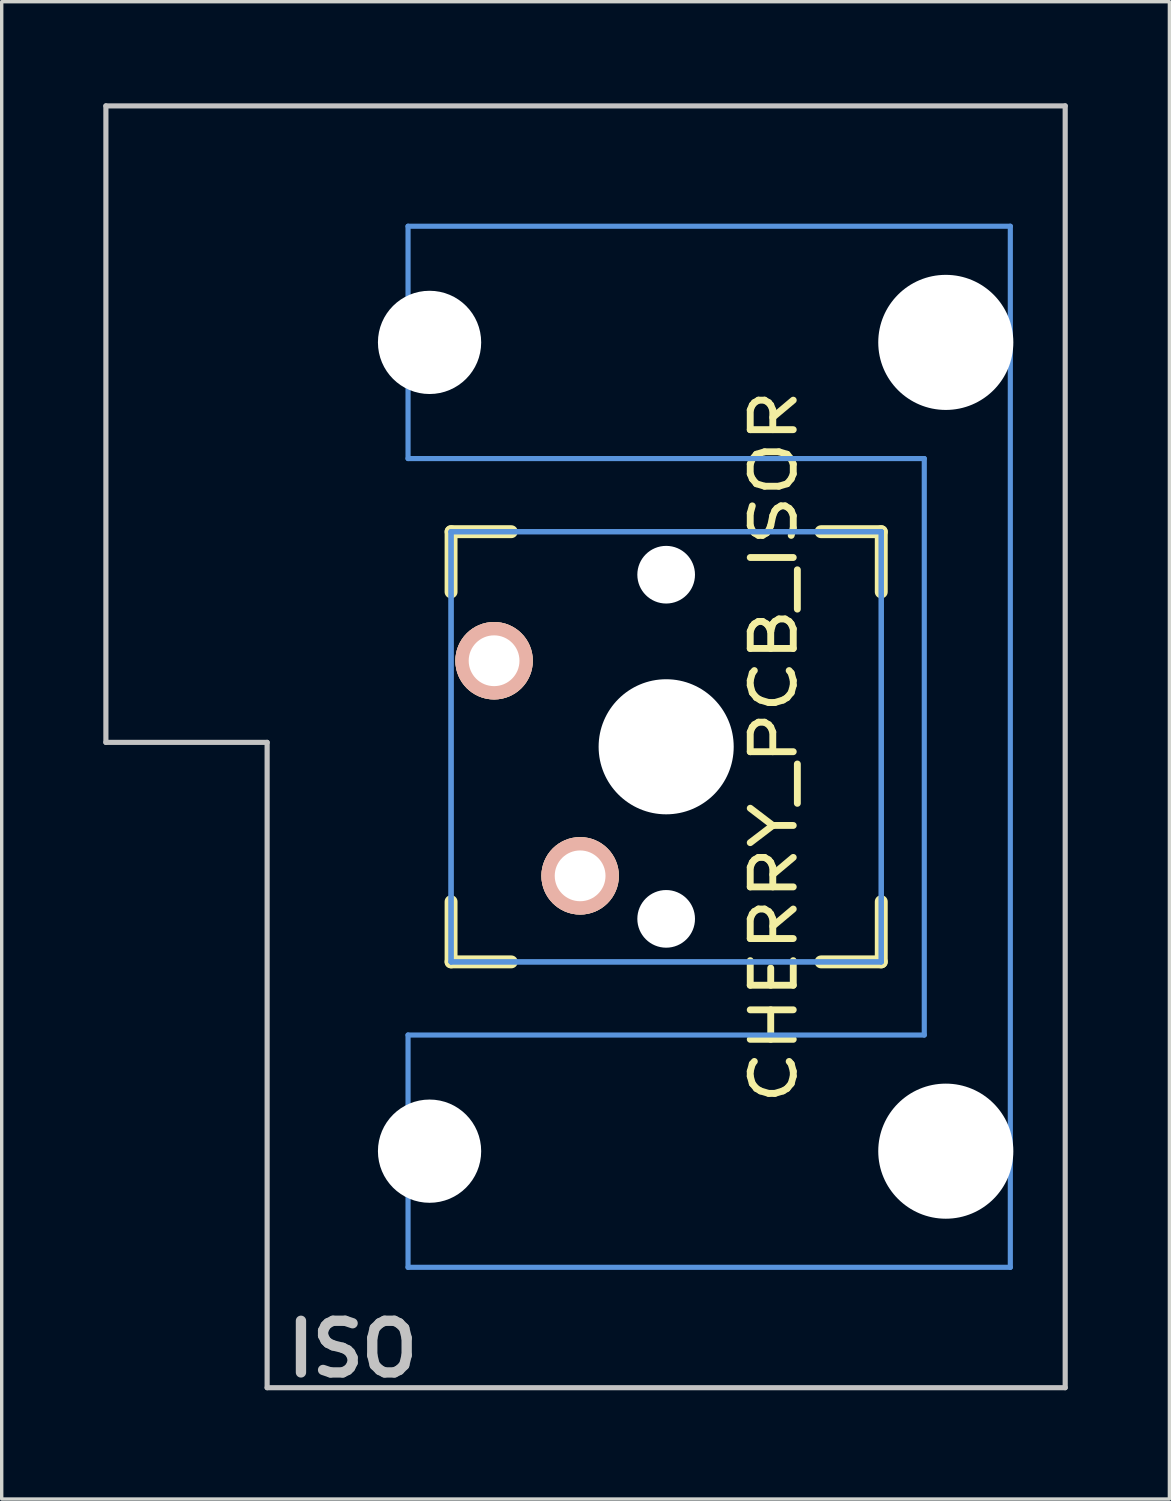
<source format=kicad_pcb>
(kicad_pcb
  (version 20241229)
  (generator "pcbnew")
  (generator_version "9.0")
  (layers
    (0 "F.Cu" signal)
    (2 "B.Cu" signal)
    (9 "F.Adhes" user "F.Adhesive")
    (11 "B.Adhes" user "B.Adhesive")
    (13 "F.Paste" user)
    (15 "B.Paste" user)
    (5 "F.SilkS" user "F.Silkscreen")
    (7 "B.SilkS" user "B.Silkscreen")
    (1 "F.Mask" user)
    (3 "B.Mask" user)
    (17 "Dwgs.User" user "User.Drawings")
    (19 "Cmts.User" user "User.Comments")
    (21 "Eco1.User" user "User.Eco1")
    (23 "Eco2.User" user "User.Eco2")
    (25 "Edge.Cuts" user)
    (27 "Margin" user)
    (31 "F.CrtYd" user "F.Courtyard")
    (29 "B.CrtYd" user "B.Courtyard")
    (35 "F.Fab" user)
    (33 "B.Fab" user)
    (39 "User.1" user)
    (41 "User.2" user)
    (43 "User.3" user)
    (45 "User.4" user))
  (footprint "CHERRY_PCB_ISOR"
    (layer "F.Cu")
    (at 16.616 18.996)
    (property "Reference" "CHERRY_PCB_ISOR" (at 3.175 0 90) (layer "F.SilkS") (effects (font (size 1.27 1.524) (thickness 0.203))))
    (attr through_hole)
    (fp_line (start -6.35 -6.35) (end -4.572 -6.35) (stroke (width 0.381) (type solid)) (layer "F.SilkS"))
    (fp_line (start -6.35 -4.572) (end -6.35 -6.35) (stroke (width 0.381) (type solid)) (layer "F.SilkS"))
    (fp_line (start -6.35 6.35) (end -6.35 4.572) (stroke (width 0.381) (type solid)) (layer "F.SilkS"))
    (fp_line (start -4.572 6.35) (end -6.35 6.35) (stroke (width 0.381) (type solid)) (layer "F.SilkS"))
    (fp_line (start 4.572 -6.35) (end 6.35 -6.35) (stroke (width 0.381) (type solid)) (layer "F.SilkS"))
    (fp_line (start 6.35 -6.35) (end 6.35 -4.572) (stroke (width 0.381) (type solid)) (layer "F.SilkS"))
    (fp_line (start 6.35 4.572) (end 6.35 6.35) (stroke (width 0.381) (type solid)) (layer "F.SilkS"))
    (fp_line (start 6.35 6.35) (end 4.572 6.35) (stroke (width 0.381) (type solid)) (layer "F.SilkS"))
    (fp_line (start -16.54 -18.92) (end 11.78 -18.92) (stroke (width 0.152) (type solid)) (layer "Dwgs.User"))
    (fp_line (start -16.54 -0.13) (end -16.54 -18.92) (stroke (width 0.152) (type solid)) (layer "Dwgs.User"))
    (fp_line (start -11.78 -0.13) (end -16.54 -0.13) (stroke (width 0.152) (type solid)) (layer "Dwgs.User"))
    (fp_line (start -11.78 18.92) (end -11.78 -0.13) (stroke (width 0.152) (type solid)) (layer "Dwgs.User"))
    (fp_line (start 11.78 -18.92) (end 11.78 18.92) (stroke (width 0.152) (type solid)) (layer "Dwgs.User"))
    (fp_line (start 11.78 18.92) (end -11.78 18.92) (stroke (width 0.152) (type solid)) (layer "Dwgs.User"))
    (fp_line (start -7.62 -15.367) (end -7.62 -8.509) (stroke (width 0.152) (type solid)) (layer "Cmts.User"))
    (fp_line (start -7.62 -8.509) (end 7.62 -8.509) (stroke (width 0.152) (type solid)) (layer "Cmts.User"))
    (fp_line (start -7.62 8.509) (end -7.62 15.367) (stroke (width 0.152) (type solid)) (layer "Cmts.User"))
    (fp_line (start -7.62 15.367) (end 10.16 15.367) (stroke (width 0.152) (type solid)) (layer "Cmts.User"))
    (fp_line (start -6.35 -6.35) (end 6.35 -6.35) (stroke (width 0.152) (type solid)) (layer "Cmts.User"))
    (fp_line (start -6.35 -6.35) (end 6.35 -6.35) (stroke (width 0.152) (type solid)) (layer "Cmts.User"))
    (fp_line (start -6.35 6.35) (end -6.35 -6.35) (stroke (width 0.152) (type solid)) (layer "Cmts.User"))
    (fp_line (start -6.35 6.35) (end -6.35 -6.35) (stroke (width 0.152) (type solid)) (layer "Cmts.User"))
    (fp_line (start 6.35 -6.35) (end 6.35 6.35) (stroke (width 0.152) (type solid)) (layer "Cmts.User"))
    (fp_line (start 6.35 -6.35) (end 6.35 6.35) (stroke (width 0.152) (type solid)) (layer "Cmts.User"))
    (fp_line (start 6.35 6.35) (end -6.35 6.35) (stroke (width 0.152) (type solid)) (layer "Cmts.User"))
    (fp_line (start 6.35 6.35) (end -6.35 6.35) (stroke (width 0.152) (type solid)) (layer "Cmts.User"))
    (fp_line (start 7.62 -8.509) (end 7.62 8.509) (stroke (width 0.152) (type solid)) (layer "Cmts.User"))
    (fp_line (start 7.62 8.509) (end -7.62 8.509) (stroke (width 0.152) (type solid)) (layer "Cmts.User"))
    (fp_line (start 10.16 -15.367) (end -7.62 -15.367) (stroke (width 0.152) (type solid)) (layer "Cmts.User"))
    (fp_line (start 10.16 15.367) (end 10.16 -15.367) (stroke (width 0.152) (type solid)) (layer "Cmts.User"))
    (fp_line (start -6.985 -6.985) (end -4.877 -6.985) (stroke (width 0.152) (type solid)) (layer "Eco2.User"))
    (fp_line (start -6.985 6.985) (end -6.985 -6.985) (stroke (width 0.152) (type solid)) (layer "Eco2.User"))
    (fp_line (start -5.69 -15.265) (end -2.286 -15.265) (stroke (width 0.152) (type solid)) (layer "Eco2.User"))
    (fp_line (start -5.69 -8.611) (end -5.69 -15.265) (stroke (width 0.152) (type solid)) (layer "Eco2.User"))
    (fp_line (start -5.69 8.611) (end -4.877 8.611) (stroke (width 0.152) (type solid)) (layer "Eco2.User"))
    (fp_line (start -5.69 15.265) (end -5.69 8.611) (stroke (width 0.152) (type solid)) (layer "Eco2.User"))
    (fp_line (start -4.877 -8.611) (end -5.69 -8.611) (stroke (width 0.152) (type solid)) (layer "Eco2.User"))
    (fp_line (start -4.877 -6.985) (end -4.877 -8.611) (stroke (width 0.152) (type solid)) (layer "Eco2.User"))
    (fp_line (start -4.877 6.985) (end -6.985 6.985) (stroke (width 0.152) (type solid)) (layer "Eco2.User"))
    (fp_line (start -4.877 8.611) (end -4.877 6.985) (stroke (width 0.152) (type solid)) (layer "Eco2.User"))
    (fp_line (start -2.286 -16.129) (end 0.508 -16.129) (stroke (width 0.152) (type solid)) (layer "Eco2.User"))
    (fp_line (start -2.286 -15.265) (end -2.286 -16.129) (stroke (width 0.152) (type solid)) (layer "Eco2.User"))
    (fp_line (start -2.286 15.265) (end -5.69 15.265) (stroke (width 0.152) (type solid)) (layer "Eco2.User"))
    (fp_line (start -2.286 16.129) (end -2.286 15.265) (stroke (width 0.152) (type solid)) (layer "Eco2.User"))
    (fp_line (start 0.508 -16.129) (end 0.508 -15.265) (stroke (width 0.152) (type solid)) (layer "Eco2.User"))
    (fp_line (start 0.508 -15.265) (end 6.604 -15.265) (stroke (width 0.152) (type solid)) (layer "Eco2.User"))
    (fp_line (start 0.508 15.265) (end 0.508 16.129) (stroke (width 0.152) (type solid)) (layer "Eco2.User"))
    (fp_line (start 0.508 16.129) (end -2.286 16.129) (stroke (width 0.152) (type solid)) (layer "Eco2.User"))
    (fp_line (start 5.817 -8.611) (end 5.817 -6.985) (stroke (width 0.152) (type solid)) (layer "Eco2.User"))
    (fp_line (start 5.817 -6.985) (end 6.985 -6.985) (stroke (width 0.152) (type solid)) (layer "Eco2.User"))
    (fp_line (start 5.817 6.985) (end 5.817 8.611) (stroke (width 0.152) (type solid)) (layer "Eco2.User"))
    (fp_line (start 5.817 8.611) (end 6.604 8.611) (stroke (width 0.152) (type solid)) (layer "Eco2.User"))
    (fp_line (start 6.604 -15.265) (end 6.604 -14.224) (stroke (width 0.152) (type solid)) (layer "Eco2.User"))
    (fp_line (start 6.604 -14.224) (end 7.772 -14.224) (stroke (width 0.152) (type solid)) (layer "Eco2.User"))
    (fp_line (start 6.604 -9.652) (end 6.604 -8.611) (stroke (width 0.152) (type solid)) (layer "Eco2.User"))
    (fp_line (start 6.604 -8.611) (end 5.817 -8.611) (stroke (width 0.152) (type solid)) (layer "Eco2.User"))
    (fp_line (start 6.604 8.611) (end 6.604 9.652) (stroke (width 0.152) (type solid)) (layer "Eco2.User"))
    (fp_line (start 6.604 9.652) (end 7.772 9.652) (stroke (width 0.152) (type solid)) (layer "Eco2.User"))
    (fp_line (start 6.604 14.224) (end 6.604 15.265) (stroke (width 0.152) (type solid)) (layer "Eco2.User"))
    (fp_line (start 6.604 15.265) (end 0.508 15.265) (stroke (width 0.152) (type solid)) (layer "Eco2.User"))
    (fp_line (start 6.985 -6.985) (end 6.985 6.985) (stroke (width 0.152) (type solid)) (layer "Eco2.User"))
    (fp_line (start 6.985 6.985) (end 5.817 6.985) (stroke (width 0.152) (type solid)) (layer "Eco2.User"))
    (fp_line (start 7.772 -14.224) (end 7.772 -9.652) (stroke (width 0.152) (type solid)) (layer "Eco2.User"))
    (fp_line (start 7.772 -9.652) (end 6.604 -9.652) (stroke (width 0.152) (type solid)) (layer "Eco2.User"))
    (fp_line (start 7.772 9.652) (end 7.772 14.224) (stroke (width 0.152) (type solid)) (layer "Eco2.User"))
    (fp_line (start 7.772 14.224) (end 6.604 14.224) (stroke (width 0.152) (type solid)) (layer "Eco2.User"))
    (fp_text user "ISO  " (at -8.096 17.78 0) (layer "Dwgs.User") (effects (font (size 1.524 1.524) (thickness 0.305))))
    (pad "" np_thru_hole circle (at -6.985 -11.938 90) (size 3.048 3.048) (drill 3.048) (layers "*.Cu"))
    (pad "" np_thru_hole circle (at -6.985 11.938 90) (size 3.048 3.048) (drill 3.048) (layers "*.Cu"))
    (pad "" np_thru_hole circle (at 0 -5.08 90) (size 1.702 1.702) (drill 1.702) (layers "*.Cu"))
    (pad "" np_thru_hole circle (at 0 0 90) (size 3.988 3.988) (drill 3.988) (layers "*.Cu"))
    (pad "" np_thru_hole circle (at 0 5.08 90) (size 1.702 1.702) (drill 1.702) (layers "*.Cu"))
    (pad "" np_thru_hole circle (at 8.255 -11.938 90) (size 3.988 3.988) (drill 3.988) (layers "*.Cu"))
    (pad "" np_thru_hole circle (at 8.255 11.938 90) (size 3.988 3.988) (drill 3.988) (layers "*.Cu"))
    (pad "1" thru_hole circle (at -5.08 -2.54 90) (size 2.286 2.286) (drill 1.499) (layers "*.Cu" "*.SilkS" "*.Mask"))
    (pad "2" thru_hole circle (at -2.54 3.81 90) (size 2.286 2.286) (drill 1.499) (layers "*.Cu" "*.SilkS" "*.Mask")))
  (gr_rect
    (start -3 -3)
    (end 31.472 41.203)
    (stroke (width 0.1) (type default))
    (fill no)
    (layer "Edge.Cuts")))
</source>
